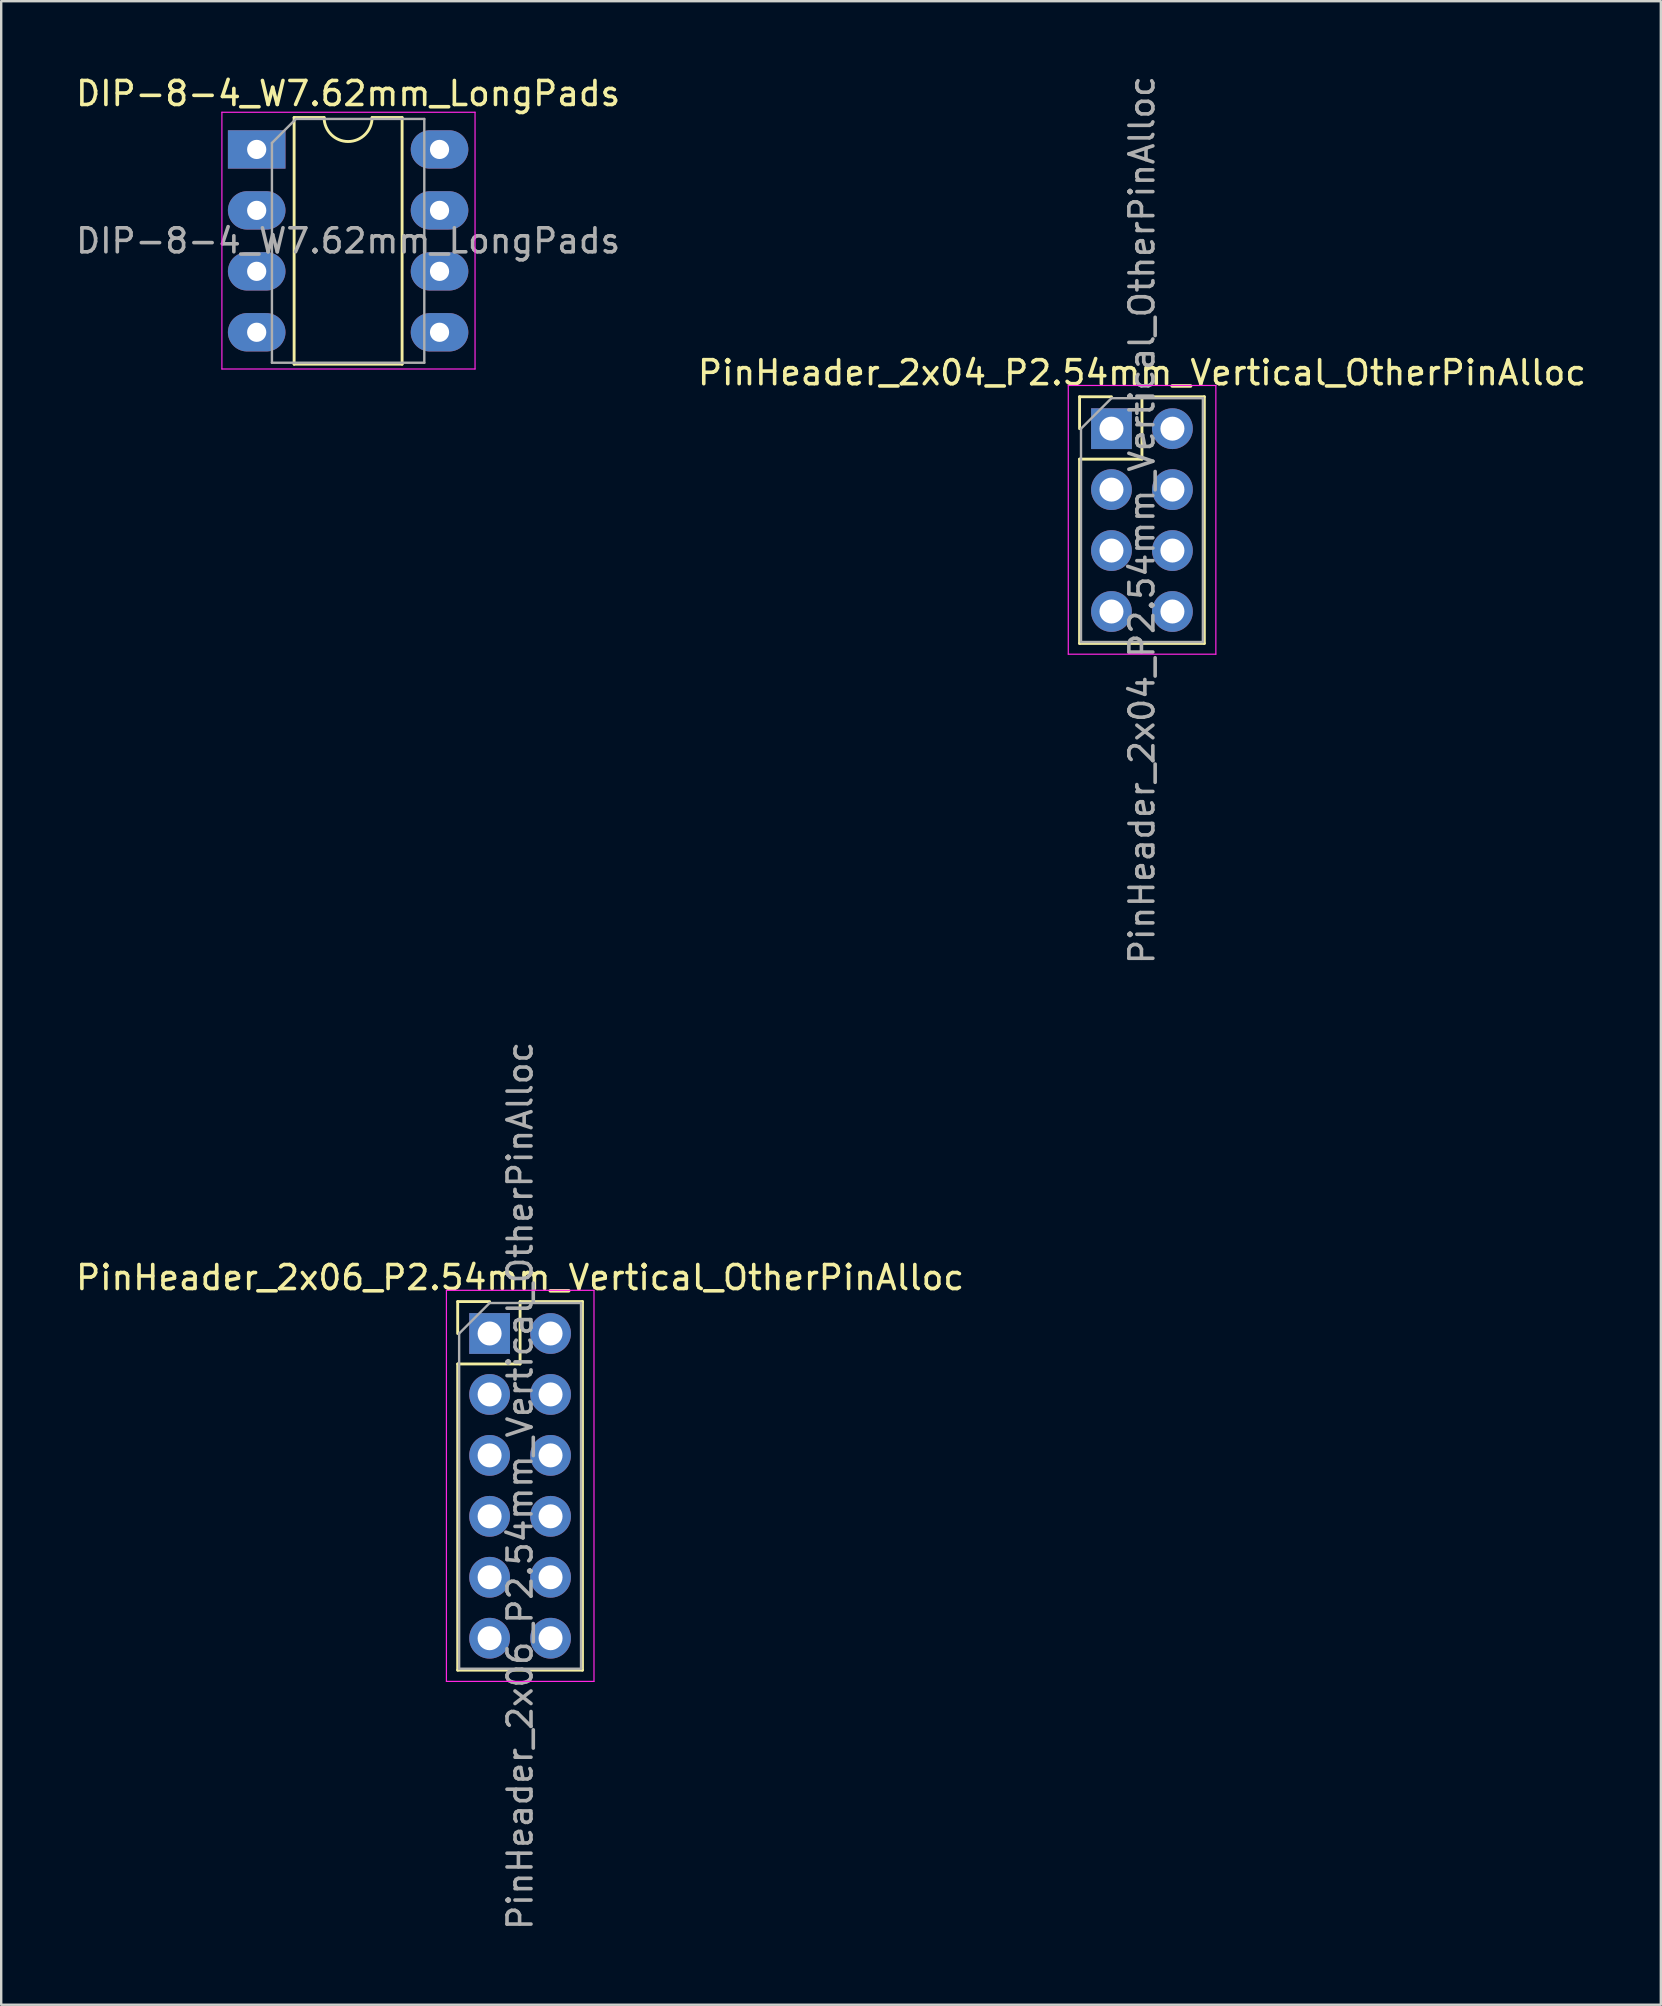
<source format=kicad_pcb>
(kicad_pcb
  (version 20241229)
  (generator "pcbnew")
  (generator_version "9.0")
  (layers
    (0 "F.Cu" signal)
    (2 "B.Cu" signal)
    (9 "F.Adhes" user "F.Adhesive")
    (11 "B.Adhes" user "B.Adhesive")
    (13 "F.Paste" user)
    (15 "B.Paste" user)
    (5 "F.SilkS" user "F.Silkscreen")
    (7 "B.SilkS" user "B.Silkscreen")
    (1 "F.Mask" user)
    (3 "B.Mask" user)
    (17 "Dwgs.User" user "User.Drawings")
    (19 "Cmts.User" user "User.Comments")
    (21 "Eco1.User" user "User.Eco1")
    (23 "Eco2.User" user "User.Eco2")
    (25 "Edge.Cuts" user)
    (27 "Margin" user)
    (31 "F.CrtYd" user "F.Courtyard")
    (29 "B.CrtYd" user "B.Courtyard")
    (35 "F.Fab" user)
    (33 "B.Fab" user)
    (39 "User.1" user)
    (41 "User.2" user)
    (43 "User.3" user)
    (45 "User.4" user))
  (footprint "DIP-8-4_W7.62mm_LongPads"
    (layer "F.Cu")
    (at 7.648 3.178)
    (property "Reference" "DIP-8-4_W7.62mm_LongPads" (at 3.81 -2.33 0) (layer "F.SilkS") (effects (font (size 1 1) (thickness 0.15))))
    (attr through_hole)
    (fp_line (start 1.56 -1.33) (end 1.56 8.95) (stroke (width 0.12) (type solid)) (layer "F.SilkS"))
    (fp_line (start 1.56 8.95) (end 6.06 8.95) (stroke (width 0.12) (type solid)) (layer "F.SilkS"))
    (fp_line (start 2.81 -1.33) (end 1.56 -1.33) (stroke (width 0.12) (type solid)) (layer "F.SilkS"))
    (fp_line (start 6.06 -1.33) (end 4.81 -1.33) (stroke (width 0.12) (type solid)) (layer "F.SilkS"))
    (fp_line (start 6.06 8.95) (end 6.06 -1.33) (stroke (width 0.12) (type solid)) (layer "F.SilkS"))
    (fp_arc (start 4.81 -1.33) (mid 3.81 -0.33) (end 2.81 -1.33) (stroke (width 0.12) (type solid)) (layer "F.SilkS"))
    (fp_line (start -1.45 -1.55) (end -1.45 9.15) (stroke (width 0.05) (type solid)) (layer "F.CrtYd"))
    (fp_line (start -1.45 9.15) (end 9.1 9.15) (stroke (width 0.05) (type solid)) (layer "F.CrtYd"))
    (fp_line (start 9.1 -1.55) (end -1.45 -1.55) (stroke (width 0.05) (type solid)) (layer "F.CrtYd"))
    (fp_line (start 9.1 9.15) (end 9.1 -1.55) (stroke (width 0.05) (type solid)) (layer "F.CrtYd"))
    (fp_line (start 0.635 -0.27) (end 1.635 -1.27) (stroke (width 0.1) (type solid)) (layer "F.Fab"))
    (fp_line (start 0.635 8.89) (end 0.635 -0.27) (stroke (width 0.1) (type solid)) (layer "F.Fab"))
    (fp_line (start 1.635 -1.27) (end 6.985 -1.27) (stroke (width 0.1) (type solid)) (layer "F.Fab"))
    (fp_line (start 6.985 -1.27) (end 6.985 8.89) (stroke (width 0.1) (type solid)) (layer "F.Fab"))
    (fp_line (start 6.985 8.89) (end 0.635 8.89) (stroke (width 0.1) (type solid)) (layer "F.Fab"))
    (fp_text user "${REFERENCE}" (at 3.81 3.81 0) (layer "F.Fab") (effects (font (size 1 1) (thickness 0.15))))
    (pad "" thru_hole rect (at 0 0) (size 2.4 1.6) (drill 0.8) (layers "*.Cu" "*.Mask"))
    (pad "" thru_hole oval (at 0 7.62) (size 2.4 1.6) (drill 0.8) (layers "*.Cu" "*.Mask"))
    (pad "" thru_hole oval (at 7.62 0) (size 2.4 1.6) (drill 0.8) (layers "*.Cu" "*.Mask"))
    (pad "" thru_hole oval (at 7.62 7.62) (size 2.4 1.6) (drill 0.8) (layers "*.Cu" "*.Mask"))
    (pad "1" thru_hole oval (at 0 2.54) (size 2.4 1.6) (drill 0.8) (layers "*.Cu" "*.Mask"))
    (pad "2" thru_hole oval (at 0 5.08) (size 2.4 1.6) (drill 0.8) (layers "*.Cu" "*.Mask"))
    (pad "3" thru_hole oval (at 7.62 5.08) (size 2.4 1.6) (drill 0.8) (layers "*.Cu" "*.Mask"))
    (pad "4" thru_hole oval (at 7.62 2.54) (size 2.4 1.6) (drill 0.8) (layers "*.Cu" "*.Mask")))
  (footprint "PinHeader_2x04_P2.54mm_Vertical_OtherPinAlloc"
    (layer "F.Cu")
    (at 43.272 14.815)
    (property "Reference" "PinHeader_2x04_P2.54mm_Vertical_OtherPinAlloc" (at 1.27 -2.33 0) (layer "F.SilkS") (effects (font (size 1 1) (thickness 0.15))))
    (attr through_hole)
    (fp_line (start -1.33 -1.33) (end 0 -1.33) (stroke (width 0.12) (type solid)) (layer "F.SilkS"))
    (fp_line (start -1.33 0) (end -1.33 -1.33) (stroke (width 0.12) (type solid)) (layer "F.SilkS"))
    (fp_line (start -1.33 1.27) (end -1.33 8.95) (stroke (width 0.12) (type solid)) (layer "F.SilkS"))
    (fp_line (start -1.33 1.27) (end 1.27 1.27) (stroke (width 0.12) (type solid)) (layer "F.SilkS"))
    (fp_line (start -1.33 8.95) (end 3.87 8.95) (stroke (width 0.12) (type solid)) (layer "F.SilkS"))
    (fp_line (start 1.27 -1.33) (end 3.87 -1.33) (stroke (width 0.12) (type solid)) (layer "F.SilkS"))
    (fp_line (start 1.27 1.27) (end 1.27 -1.33) (stroke (width 0.12) (type solid)) (layer "F.SilkS"))
    (fp_line (start 3.87 -1.33) (end 3.87 8.95) (stroke (width 0.12) (type solid)) (layer "F.SilkS"))
    (fp_line (start -1.8 -1.8) (end -1.8 9.4) (stroke (width 0.05) (type solid)) (layer "F.CrtYd"))
    (fp_line (start -1.8 9.4) (end 4.35 9.4) (stroke (width 0.05) (type solid)) (layer "F.CrtYd"))
    (fp_line (start 4.35 -1.8) (end -1.8 -1.8) (stroke (width 0.05) (type solid)) (layer "F.CrtYd"))
    (fp_line (start 4.35 9.4) (end 4.35 -1.8) (stroke (width 0.05) (type solid)) (layer "F.CrtYd"))
    (fp_line (start -1.27 0) (end 0 -1.27) (stroke (width 0.1) (type solid)) (layer "F.Fab"))
    (fp_line (start -1.27 8.89) (end -1.27 0) (stroke (width 0.1) (type solid)) (layer "F.Fab"))
    (fp_line (start 0 -1.27) (end 3.81 -1.27) (stroke (width 0.1) (type solid)) (layer "F.Fab"))
    (fp_line (start 3.81 -1.27) (end 3.81 8.89) (stroke (width 0.1) (type solid)) (layer "F.Fab"))
    (fp_line (start 3.81 8.89) (end -1.27 8.89) (stroke (width 0.1) (type solid)) (layer "F.Fab"))
    (fp_text user "${REFERENCE}" (at 1.27 3.81 90) (layer "F.Fab") (effects (font (size 1 1) (thickness 0.15))))
    (pad "1" thru_hole rect (at 0 0) (size 1.7 1.7) (drill 1) (layers "*.Cu" "*.Mask"))
    (pad "2" thru_hole oval (at 0 2.54) (size 1.7 1.7) (drill 1) (layers "*.Cu" "*.Mask"))
    (pad "3" thru_hole oval (at 0 5.08) (size 1.7 1.7) (drill 1) (layers "*.Cu" "*.Mask"))
    (pad "4" thru_hole oval (at 0 7.62) (size 1.7 1.7) (drill 1) (layers "*.Cu" "*.Mask"))
    (pad "5" thru_hole oval (at 2.54 7.62) (size 1.7 1.7) (drill 1) (layers "*.Cu" "*.Mask"))
    (pad "6" thru_hole oval (at 2.54 5.08) (size 1.7 1.7) (drill 1) (layers "*.Cu" "*.Mask"))
    (pad "7" thru_hole oval (at 2.54 2.54) (size 1.7 1.7) (drill 1) (layers "*.Cu" "*.Mask"))
    (pad "8" thru_hole oval (at 2.54 0) (size 1.7 1.7) (drill 1) (layers "*.Cu" "*.Mask")))
  (footprint "PinHeader_2x06_P2.54mm_Vertical_OtherPinAlloc"
    (layer "F.Cu")
    (at 17.355 52.525)
    (property "Reference" "PinHeader_2x06_P2.54mm_Vertical_OtherPinAlloc" (at 1.27 -2.33 0) (layer "F.SilkS") (effects (font (size 1 1) (thickness 0.15))))
    (attr through_hole)
    (fp_line (start -1.33 -1.33) (end 0 -1.33) (stroke (width 0.12) (type solid)) (layer "F.SilkS"))
    (fp_line (start -1.33 0) (end -1.33 -1.33) (stroke (width 0.12) (type solid)) (layer "F.SilkS"))
    (fp_line (start -1.33 1.27) (end -1.33 14.03) (stroke (width 0.12) (type solid)) (layer "F.SilkS"))
    (fp_line (start -1.33 1.27) (end 1.27 1.27) (stroke (width 0.12) (type solid)) (layer "F.SilkS"))
    (fp_line (start -1.33 14.03) (end 3.87 14.03) (stroke (width 0.12) (type solid)) (layer "F.SilkS"))
    (fp_line (start 1.27 -1.33) (end 3.87 -1.33) (stroke (width 0.12) (type solid)) (layer "F.SilkS"))
    (fp_line (start 1.27 1.27) (end 1.27 -1.33) (stroke (width 0.12) (type solid)) (layer "F.SilkS"))
    (fp_line (start 3.87 -1.33) (end 3.87 14.03) (stroke (width 0.12) (type solid)) (layer "F.SilkS"))
    (fp_line (start -1.8 -1.8) (end -1.8 14.5) (stroke (width 0.05) (type solid)) (layer "F.CrtYd"))
    (fp_line (start -1.8 14.5) (end 4.35 14.5) (stroke (width 0.05) (type solid)) (layer "F.CrtYd"))
    (fp_line (start 4.35 -1.8) (end -1.8 -1.8) (stroke (width 0.05) (type solid)) (layer "F.CrtYd"))
    (fp_line (start 4.35 14.5) (end 4.35 -1.8) (stroke (width 0.05) (type solid)) (layer "F.CrtYd"))
    (fp_line (start -1.27 0) (end 0 -1.27) (stroke (width 0.1) (type solid)) (layer "F.Fab"))
    (fp_line (start -1.27 13.97) (end -1.27 0) (stroke (width 0.1) (type solid)) (layer "F.Fab"))
    (fp_line (start 0 -1.27) (end 3.81 -1.27) (stroke (width 0.1) (type solid)) (layer "F.Fab"))
    (fp_line (start 3.81 -1.27) (end 3.81 13.97) (stroke (width 0.1) (type solid)) (layer "F.Fab"))
    (fp_line (start 3.81 13.97) (end -1.27 13.97) (stroke (width 0.1) (type solid)) (layer "F.Fab"))
    (fp_text user "${REFERENCE}" (at 1.27 6.35 90) (layer "F.Fab") (effects (font (size 1 1) (thickness 0.15))))
    (pad "1" thru_hole rect (at 0 0) (size 1.7 1.7) (drill 1) (layers "*.Cu" "*.Mask"))
    (pad "2" thru_hole oval (at 0 2.54) (size 1.7 1.7) (drill 1) (layers "*.Cu" "*.Mask"))
    (pad "3" thru_hole oval (at 0 5.08) (size 1.7 1.7) (drill 1) (layers "*.Cu" "*.Mask"))
    (pad "4" thru_hole oval (at 0 7.62) (size 1.7 1.7) (drill 1) (layers "*.Cu" "*.Mask"))
    (pad "5" thru_hole oval (at 0 10.16) (size 1.7 1.7) (drill 1) (layers "*.Cu" "*.Mask"))
    (pad "6" thru_hole oval (at 0 12.7) (size 1.7 1.7) (drill 1) (layers "*.Cu" "*.Mask"))
    (pad "7" thru_hole oval (at 2.54 12.7) (size 1.7 1.7) (drill 1) (layers "*.Cu" "*.Mask"))
    (pad "8" thru_hole oval (at 2.54 10.16) (size 1.7 1.7) (drill 1) (layers "*.Cu" "*.Mask"))
    (pad "9" thru_hole oval (at 2.54 7.62) (size 1.7 1.7) (drill 1) (layers "*.Cu" "*.Mask"))
    (pad "10" thru_hole oval (at 2.54 5.08) (size 1.7 1.7) (drill 1) (layers "*.Cu" "*.Mask"))
    (pad "11" thru_hole oval (at 2.54 2.54) (size 1.7 1.7) (drill 1) (layers "*.Cu" "*.Mask"))
    (pad "12" thru_hole oval (at 2.54 0) (size 1.7 1.7) (drill 1) (layers "*.Cu" "*.Mask")))
  (gr_rect
    (start -3 -3)
    (end 66.167 80.5)
    (stroke (width 0.1) (type default))
    (fill no)
    (layer "Edge.Cuts")))
</source>
